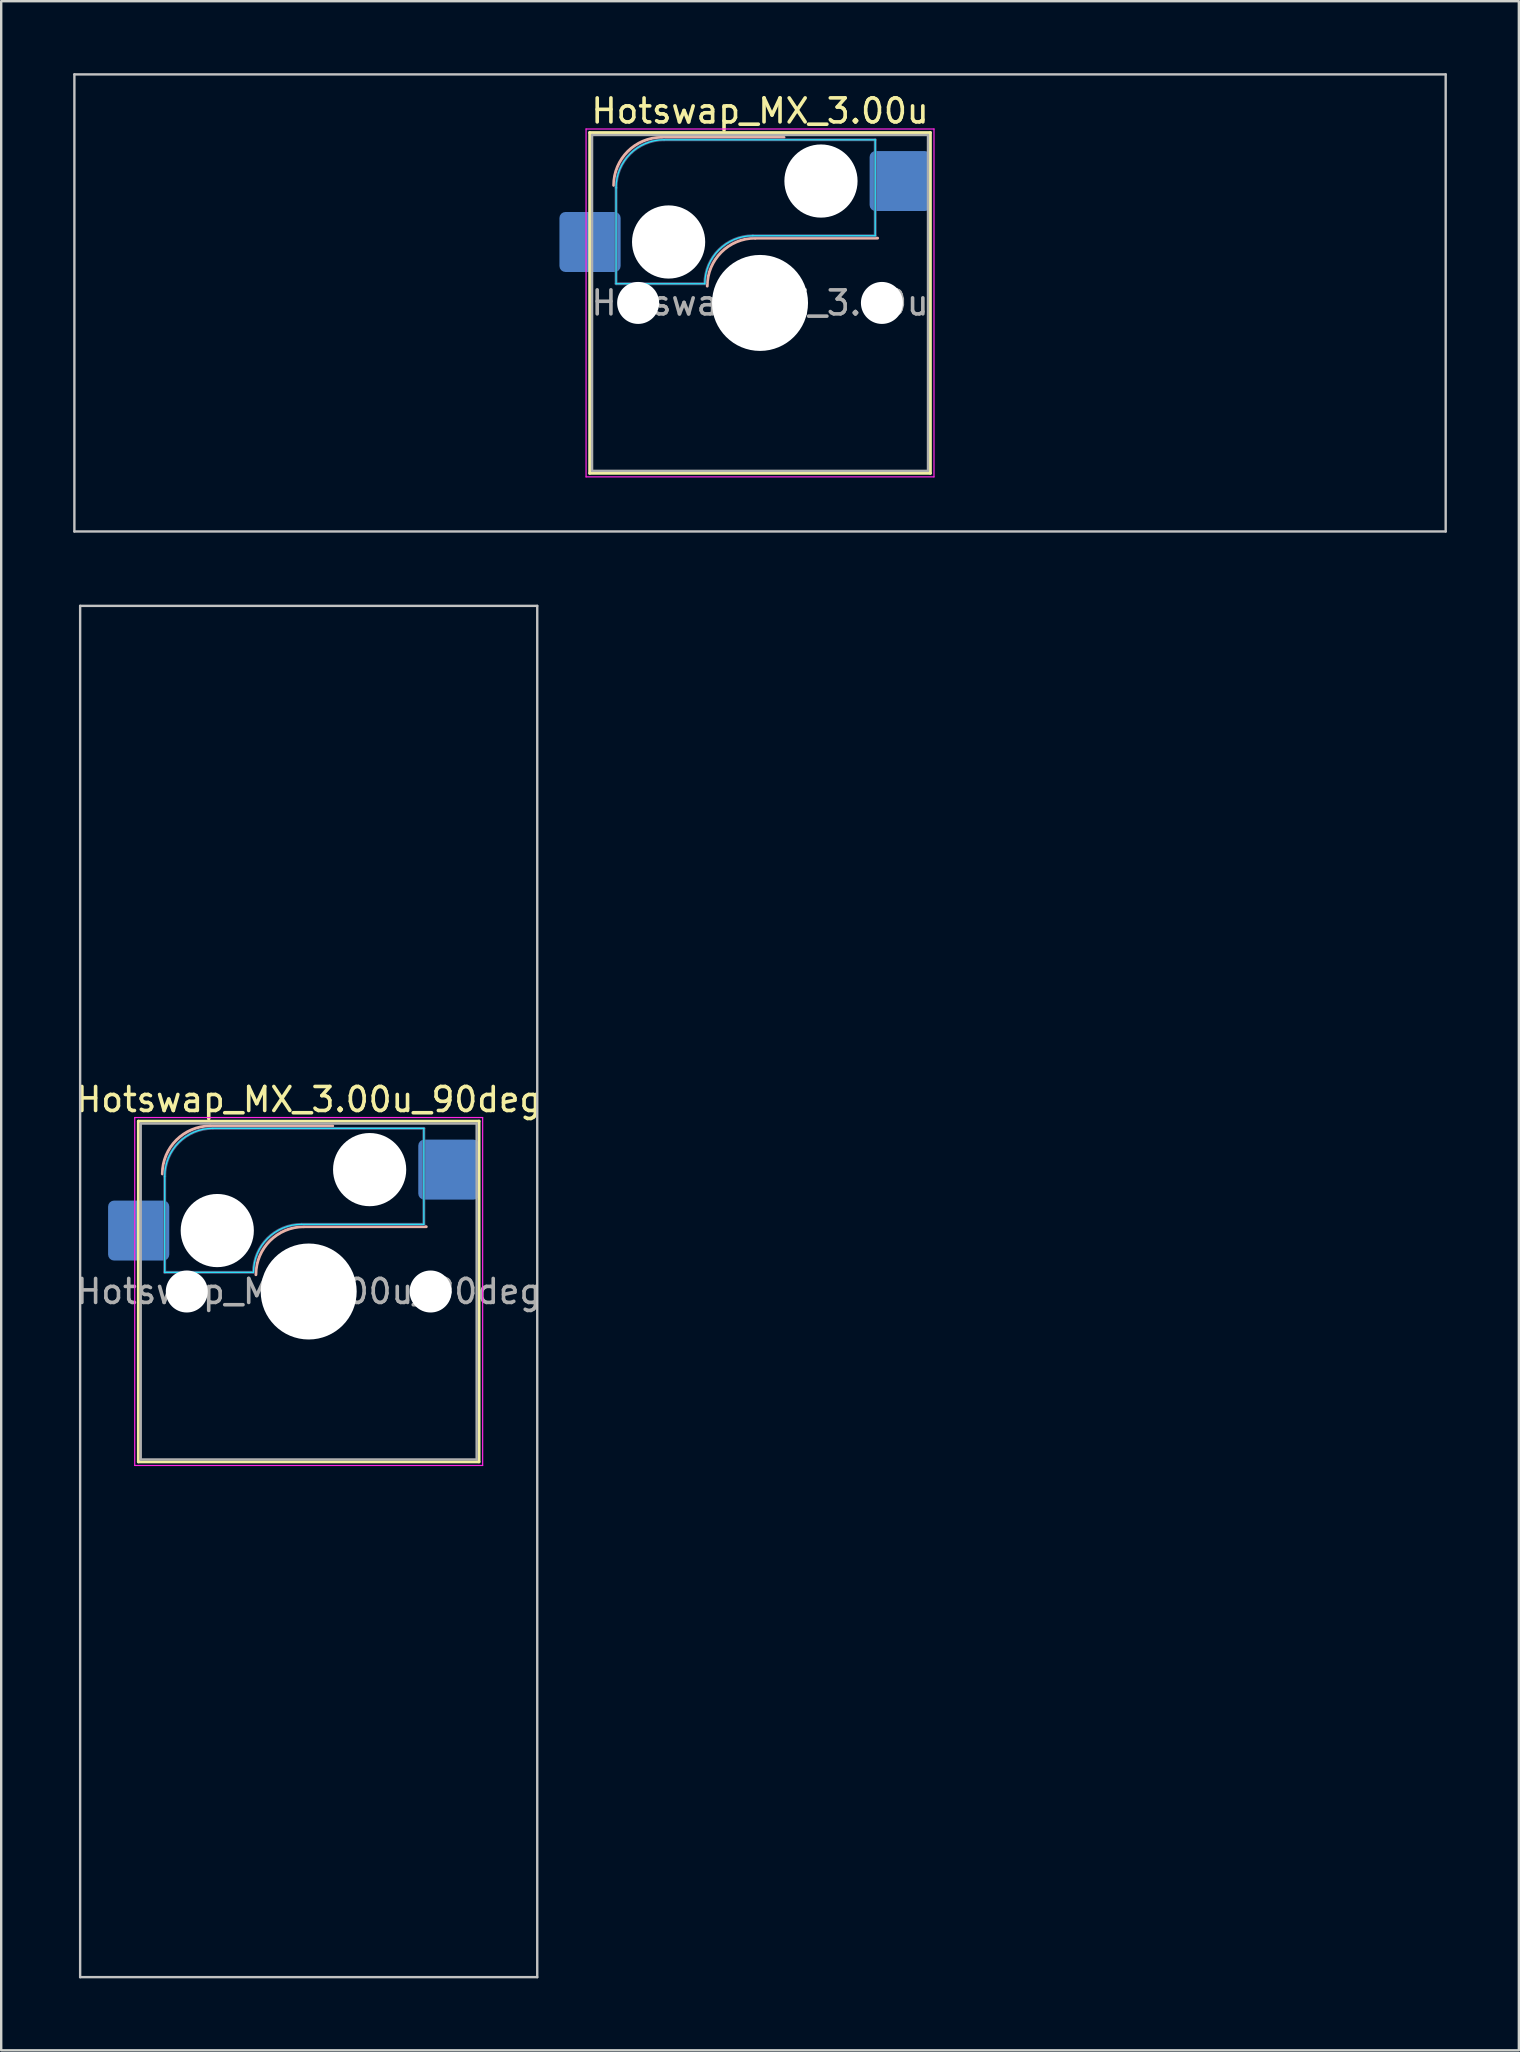
<source format=kicad_pcb>
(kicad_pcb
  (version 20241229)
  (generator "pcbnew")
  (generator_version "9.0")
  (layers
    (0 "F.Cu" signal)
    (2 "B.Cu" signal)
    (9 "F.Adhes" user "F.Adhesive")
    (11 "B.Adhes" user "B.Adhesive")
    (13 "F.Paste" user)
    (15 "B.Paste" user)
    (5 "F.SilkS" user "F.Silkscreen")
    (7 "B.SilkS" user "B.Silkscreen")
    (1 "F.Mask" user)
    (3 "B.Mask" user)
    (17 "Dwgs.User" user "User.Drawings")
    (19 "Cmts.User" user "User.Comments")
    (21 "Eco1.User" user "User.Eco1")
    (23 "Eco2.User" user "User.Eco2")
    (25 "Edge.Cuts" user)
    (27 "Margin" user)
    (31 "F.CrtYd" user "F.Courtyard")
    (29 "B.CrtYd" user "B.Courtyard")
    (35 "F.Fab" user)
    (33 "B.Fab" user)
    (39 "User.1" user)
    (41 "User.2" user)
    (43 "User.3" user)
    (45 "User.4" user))
  (footprint "Hotswap_MX_3.00u"
    (layer "F.Cu")
    (at 28.625 9.575)
    (property "Reference" "Hotswap_MX_3.00u" (at 0 -8 0) (layer "F.SilkS") (effects (font (size 1 1) (thickness 0.15))))
    (attr smd)
    (fp_line (start -7.1 -7.1) (end -7.1 7.1) (stroke (width 0.12) (type solid)) (layer "F.SilkS"))
    (fp_line (start -7.1 7.1) (end 7.1 7.1) (stroke (width 0.12) (type solid)) (layer "F.SilkS"))
    (fp_line (start 7.1 -7.1) (end -7.1 -7.1) (stroke (width 0.12) (type solid)) (layer "F.SilkS"))
    (fp_line (start 7.1 7.1) (end 7.1 -7.1) (stroke (width 0.12) (type solid)) (layer "F.SilkS"))
    (fp_line (start -4.1 -6.9) (end 1 -6.9) (stroke (width 0.12) (type solid)) (layer "B.SilkS"))
    (fp_line (start -0.2 -2.7) (end 4.9 -2.7) (stroke (width 0.12) (type solid)) (layer "B.SilkS"))
    (fp_arc (start -6.1 -4.9) (mid -5.514214 -6.314214) (end -4.1 -6.9) (stroke (width 0.12) (type solid)) (layer "B.SilkS"))
    (fp_arc (start -2.2 -0.7) (mid -1.614214 -2.114214) (end -0.2 -2.7) (stroke (width 0.12) (type solid)) (layer "B.SilkS"))
    (fp_line (start -28.575 -9.525) (end -28.575 9.525) (stroke (width 0.1) (type solid)) (layer "Dwgs.User"))
    (fp_line (start -28.575 9.525) (end 28.575 9.525) (stroke (width 0.1) (type solid)) (layer "Dwgs.User"))
    (fp_line (start 28.575 -9.525) (end -28.575 -9.525) (stroke (width 0.1) (type solid)) (layer "Dwgs.User"))
    (fp_line (start 28.575 9.525) (end 28.575 -9.525) (stroke (width 0.1) (type solid)) (layer "Dwgs.User"))
    (fp_line (start -7.8 -6) (end -7 -6) (stroke (width 0.1) (type solid)) (layer "Eco1.User"))
    (fp_line (start -7.8 -2.9) (end -7.8 -6) (stroke (width 0.1) (type solid)) (layer "Eco1.User"))
    (fp_line (start -7.8 2.9) (end -7 2.9) (stroke (width 0.1) (type solid)) (layer "Eco1.User"))
    (fp_line (start -7.8 6) (end -7.8 2.9) (stroke (width 0.1) (type solid)) (layer "Eco1.User"))
    (fp_line (start -7 -7) (end 7 -7) (stroke (width 0.1) (type solid)) (layer "Eco1.User"))
    (fp_line (start -7 -6) (end -7 -7) (stroke (width 0.1) (type solid)) (layer "Eco1.User"))
    (fp_line (start -7 -2.9) (end -7.8 -2.9) (stroke (width 0.1) (type solid)) (layer "Eco1.User"))
    (fp_line (start -7 2.9) (end -7 -2.9) (stroke (width 0.1) (type solid)) (layer "Eco1.User"))
    (fp_line (start -7 6) (end -7.8 6) (stroke (width 0.1) (type solid)) (layer "Eco1.User"))
    (fp_line (start -7 7) (end -7 6) (stroke (width 0.1) (type solid)) (layer "Eco1.User"))
    (fp_line (start 7 -7) (end 7 -6) (stroke (width 0.1) (type solid)) (layer "Eco1.User"))
    (fp_line (start 7 -6) (end 7.8 -6) (stroke (width 0.1) (type solid)) (layer "Eco1.User"))
    (fp_line (start 7 -2.9) (end 7 2.9) (stroke (width 0.1) (type solid)) (layer "Eco1.User"))
    (fp_line (start 7 2.9) (end 7.8 2.9) (stroke (width 0.1) (type solid)) (layer "Eco1.User"))
    (fp_line (start 7 6) (end 7 7) (stroke (width 0.1) (type solid)) (layer "Eco1.User"))
    (fp_line (start 7 7) (end -7 7) (stroke (width 0.1) (type solid)) (layer "Eco1.User"))
    (fp_line (start 7.8 -6) (end 7.8 -2.9) (stroke (width 0.1) (type solid)) (layer "Eco1.User"))
    (fp_line (start 7.8 -2.9) (end 7 -2.9) (stroke (width 0.1) (type solid)) (layer "Eco1.User"))
    (fp_line (start 7.8 2.9) (end 7.8 6) (stroke (width 0.1) (type solid)) (layer "Eco1.User"))
    (fp_line (start 7.8 6) (end 7 6) (stroke (width 0.1) (type solid)) (layer "Eco1.User"))
    (fp_line (start -6 -0.8) (end -6 -4.8) (stroke (width 0.05) (type solid)) (layer "B.CrtYd"))
    (fp_line (start -6 -0.8) (end -2.3 -0.8) (stroke (width 0.05) (type solid)) (layer "B.CrtYd"))
    (fp_line (start -4 -6.8) (end 4.8 -6.8) (stroke (width 0.05) (type solid)) (layer "B.CrtYd"))
    (fp_line (start -0.3 -2.8) (end 4.8 -2.8) (stroke (width 0.05) (type solid)) (layer "B.CrtYd"))
    (fp_line (start 4.8 -6.8) (end 4.8 -2.8) (stroke (width 0.05) (type solid)) (layer "B.CrtYd"))
    (fp_arc (start -6 -4.8) (mid -5.414214 -6.214214) (end -4 -6.8) (stroke (width 0.05) (type solid)) (layer "B.CrtYd"))
    (fp_arc (start -2.3 -0.8) (mid -1.714214 -2.214214) (end -0.3 -2.8) (stroke (width 0.05) (type solid)) (layer "B.CrtYd"))
    (fp_line (start -7.25 -7.25) (end -7.25 7.25) (stroke (width 0.05) (type solid)) (layer "F.CrtYd"))
    (fp_line (start -7.25 7.25) (end 7.25 7.25) (stroke (width 0.05) (type solid)) (layer "F.CrtYd"))
    (fp_line (start 7.25 -7.25) (end -7.25 -7.25) (stroke (width 0.05) (type solid)) (layer "F.CrtYd"))
    (fp_line (start 7.25 7.25) (end 7.25 -7.25) (stroke (width 0.05) (type solid)) (layer "F.CrtYd"))
    (fp_line (start -6 -0.8) (end -6 -4.8) (stroke (width 0.12) (type solid)) (layer "B.Fab"))
    (fp_line (start -6 -0.8) (end -2.3 -0.8) (stroke (width 0.12) (type solid)) (layer "B.Fab"))
    (fp_line (start -4 -6.8) (end 4.8 -6.8) (stroke (width 0.12) (type solid)) (layer "B.Fab"))
    (fp_line (start -0.3 -2.8) (end 4.8 -2.8) (stroke (width 0.12) (type solid)) (layer "B.Fab"))
    (fp_line (start 4.8 -6.8) (end 4.8 -2.8) (stroke (width 0.12) (type solid)) (layer "B.Fab"))
    (fp_arc (start -6 -4.8) (mid -5.414214 -6.214214) (end -4 -6.8) (stroke (width 0.12) (type solid)) (layer "B.Fab"))
    (fp_arc (start -2.3 -0.8) (mid -1.714214 -2.214214) (end -0.3 -2.8) (stroke (width 0.12) (type solid)) (layer "B.Fab"))
    (fp_line (start -7 -7) (end -7 7) (stroke (width 0.1) (type solid)) (layer "F.Fab"))
    (fp_line (start -7 7) (end 7 7) (stroke (width 0.1) (type solid)) (layer "F.Fab"))
    (fp_line (start 7 -7) (end -7 -7) (stroke (width 0.1) (type solid)) (layer "F.Fab"))
    (fp_line (start 7 7) (end 7 -7) (stroke (width 0.1) (type solid)) (layer "F.Fab"))
    (fp_text user "${REFERENCE}" (at 0 0 0) (layer "F.Fab") (effects (font (size 1 1) (thickness 0.15))))
    (pad "" np_thru_hole circle (at -5.08 0) (size 1.75 1.75) (drill 1.75) (layers "*.Cu" "*.Mask"))
    (pad "" np_thru_hole circle (at -3.81 -2.54) (size 3.05 3.05) (drill 3.05) (layers "*.Cu" "*.Mask"))
    (pad "" np_thru_hole circle (at 0 0) (size 4 4) (drill 4) (layers "*.Cu" "*.Mask"))
    (pad "" np_thru_hole circle (at 2.54 -5.08) (size 3.05 3.05) (drill 3.05) (layers "*.Cu" "*.Mask"))
    (pad "" np_thru_hole circle (at 5.08 0) (size 1.75 1.75) (drill 1.75) (layers "*.Cu" "*.Mask"))
    (pad "1" smd roundrect (at -7.085 -2.54) (size 2.55 2.5) (layers "B.Cu" "B.Mask" "B.Paste") (roundrect_rratio 0.1))
    (pad "2" smd roundrect (at 5.842 -5.08) (size 2.55 2.5) (layers "B.Cu" "B.Mask" "B.Paste") (roundrect_rratio 0.1)))
  (footprint "Hotswap_MX_3.00u_90deg"
    (layer "F.Cu")
    (at 9.815 50.775)
    (property "Reference" "Hotswap_MX_3.00u_90deg" (at 0 -8 0) (layer "F.SilkS") (effects (font (size 1 1) (thickness 0.15))))
    (attr smd)
    (fp_line (start -7.1 -7.1) (end -7.1 7.1) (stroke (width 0.12) (type solid)) (layer "F.SilkS"))
    (fp_line (start -7.1 7.1) (end 7.1 7.1) (stroke (width 0.12) (type solid)) (layer "F.SilkS"))
    (fp_line (start 7.1 -7.1) (end -7.1 -7.1) (stroke (width 0.12) (type solid)) (layer "F.SilkS"))
    (fp_line (start 7.1 7.1) (end 7.1 -7.1) (stroke (width 0.12) (type solid)) (layer "F.SilkS"))
    (fp_line (start -4.1 -6.9) (end 1 -6.9) (stroke (width 0.12) (type solid)) (layer "B.SilkS"))
    (fp_line (start -0.2 -2.7) (end 4.9 -2.7) (stroke (width 0.12) (type solid)) (layer "B.SilkS"))
    (fp_arc (start -6.1 -4.9) (mid -5.514214 -6.314214) (end -4.1 -6.9) (stroke (width 0.12) (type solid)) (layer "B.SilkS"))
    (fp_arc (start -2.2 -0.7) (mid -1.614214 -2.114214) (end -0.2 -2.7) (stroke (width 0.12) (type solid)) (layer "B.SilkS"))
    (fp_line (start -9.525 -28.575) (end 9.525 -28.575) (stroke (width 0.1) (type solid)) (layer "Dwgs.User"))
    (fp_line (start -9.525 28.575) (end -9.525 -28.575) (stroke (width 0.1) (type solid)) (layer "Dwgs.User"))
    (fp_line (start 9.525 -28.575) (end 9.525 28.575) (stroke (width 0.1) (type solid)) (layer "Dwgs.User"))
    (fp_line (start 9.525 28.575) (end -9.525 28.575) (stroke (width 0.1) (type solid)) (layer "Dwgs.User"))
    (fp_line (start -7.8 -6) (end -7 -6) (stroke (width 0.1) (type solid)) (layer "Eco1.User"))
    (fp_line (start -7.8 -2.9) (end -7.8 -6) (stroke (width 0.1) (type solid)) (layer "Eco1.User"))
    (fp_line (start -7.8 2.9) (end -7 2.9) (stroke (width 0.1) (type solid)) (layer "Eco1.User"))
    (fp_line (start -7.8 6) (end -7.8 2.9) (stroke (width 0.1) (type solid)) (layer "Eco1.User"))
    (fp_line (start -7 -7) (end 7 -7) (stroke (width 0.1) (type solid)) (layer "Eco1.User"))
    (fp_line (start -7 -6) (end -7 -7) (stroke (width 0.1) (type solid)) (layer "Eco1.User"))
    (fp_line (start -7 -2.9) (end -7.8 -2.9) (stroke (width 0.1) (type solid)) (layer "Eco1.User"))
    (fp_line (start -7 2.9) (end -7 -2.9) (stroke (width 0.1) (type solid)) (layer "Eco1.User"))
    (fp_line (start -7 6) (end -7.8 6) (stroke (width 0.1) (type solid)) (layer "Eco1.User"))
    (fp_line (start -7 7) (end -7 6) (stroke (width 0.1) (type solid)) (layer "Eco1.User"))
    (fp_line (start 7 -7) (end 7 -6) (stroke (width 0.1) (type solid)) (layer "Eco1.User"))
    (fp_line (start 7 -6) (end 7.8 -6) (stroke (width 0.1) (type solid)) (layer "Eco1.User"))
    (fp_line (start 7 -2.9) (end 7 2.9) (stroke (width 0.1) (type solid)) (layer "Eco1.User"))
    (fp_line (start 7 2.9) (end 7.8 2.9) (stroke (width 0.1) (type solid)) (layer "Eco1.User"))
    (fp_line (start 7 6) (end 7 7) (stroke (width 0.1) (type solid)) (layer "Eco1.User"))
    (fp_line (start 7 7) (end -7 7) (stroke (width 0.1) (type solid)) (layer "Eco1.User"))
    (fp_line (start 7.8 -6) (end 7.8 -2.9) (stroke (width 0.1) (type solid)) (layer "Eco1.User"))
    (fp_line (start 7.8 -2.9) (end 7 -2.9) (stroke (width 0.1) (type solid)) (layer "Eco1.User"))
    (fp_line (start 7.8 2.9) (end 7.8 6) (stroke (width 0.1) (type solid)) (layer "Eco1.User"))
    (fp_line (start 7.8 6) (end 7 6) (stroke (width 0.1) (type solid)) (layer "Eco1.User"))
    (fp_line (start -6 -0.8) (end -6 -4.8) (stroke (width 0.05) (type solid)) (layer "B.CrtYd"))
    (fp_line (start -6 -0.8) (end -2.3 -0.8) (stroke (width 0.05) (type solid)) (layer "B.CrtYd"))
    (fp_line (start -4 -6.8) (end 4.8 -6.8) (stroke (width 0.05) (type solid)) (layer "B.CrtYd"))
    (fp_line (start -0.3 -2.8) (end 4.8 -2.8) (stroke (width 0.05) (type solid)) (layer "B.CrtYd"))
    (fp_line (start 4.8 -6.8) (end 4.8 -2.8) (stroke (width 0.05) (type solid)) (layer "B.CrtYd"))
    (fp_arc (start -6 -4.8) (mid -5.414214 -6.214214) (end -4 -6.8) (stroke (width 0.05) (type solid)) (layer "B.CrtYd"))
    (fp_arc (start -2.3 -0.8) (mid -1.714214 -2.214214) (end -0.3 -2.8) (stroke (width 0.05) (type solid)) (layer "B.CrtYd"))
    (fp_line (start -7.25 -7.25) (end -7.25 7.25) (stroke (width 0.05) (type solid)) (layer "F.CrtYd"))
    (fp_line (start -7.25 7.25) (end 7.25 7.25) (stroke (width 0.05) (type solid)) (layer "F.CrtYd"))
    (fp_line (start 7.25 -7.25) (end -7.25 -7.25) (stroke (width 0.05) (type solid)) (layer "F.CrtYd"))
    (fp_line (start 7.25 7.25) (end 7.25 -7.25) (stroke (width 0.05) (type solid)) (layer "F.CrtYd"))
    (fp_line (start -6 -0.8) (end -6 -4.8) (stroke (width 0.12) (type solid)) (layer "B.Fab"))
    (fp_line (start -6 -0.8) (end -2.3 -0.8) (stroke (width 0.12) (type solid)) (layer "B.Fab"))
    (fp_line (start -4 -6.8) (end 4.8 -6.8) (stroke (width 0.12) (type solid)) (layer "B.Fab"))
    (fp_line (start -0.3 -2.8) (end 4.8 -2.8) (stroke (width 0.12) (type solid)) (layer "B.Fab"))
    (fp_line (start 4.8 -6.8) (end 4.8 -2.8) (stroke (width 0.12) (type solid)) (layer "B.Fab"))
    (fp_arc (start -6 -4.8) (mid -5.414214 -6.214214) (end -4 -6.8) (stroke (width 0.12) (type solid)) (layer "B.Fab"))
    (fp_arc (start -2.3 -0.8) (mid -1.714214 -2.214214) (end -0.3 -2.8) (stroke (width 0.12) (type solid)) (layer "B.Fab"))
    (fp_line (start -7 -7) (end -7 7) (stroke (width 0.1) (type solid)) (layer "F.Fab"))
    (fp_line (start -7 7) (end 7 7) (stroke (width 0.1) (type solid)) (layer "F.Fab"))
    (fp_line (start 7 -7) (end -7 -7) (stroke (width 0.1) (type solid)) (layer "F.Fab"))
    (fp_line (start 7 7) (end 7 -7) (stroke (width 0.1) (type solid)) (layer "F.Fab"))
    (fp_text user "${REFERENCE}" (at 0 0 0) (layer "F.Fab") (effects (font (size 1 1) (thickness 0.15))))
    (pad "" np_thru_hole circle (at -5.08 0) (size 1.75 1.75) (drill 1.75) (layers "*.Cu" "*.Mask"))
    (pad "" np_thru_hole circle (at -3.81 -2.54) (size 3.05 3.05) (drill 3.05) (layers "*.Cu" "*.Mask"))
    (pad "" np_thru_hole circle (at 0 0) (size 4 4) (drill 4) (layers "*.Cu" "*.Mask"))
    (pad "" np_thru_hole circle (at 2.54 -5.08) (size 3.05 3.05) (drill 3.05) (layers "*.Cu" "*.Mask"))
    (pad "" np_thru_hole circle (at 5.08 0) (size 1.75 1.75) (drill 1.75) (layers "*.Cu" "*.Mask"))
    (pad "1" smd roundrect (at -7.085 -2.54) (size 2.55 2.5) (layers "B.Cu" "B.Mask" "B.Paste") (roundrect_rratio 0.1))
    (pad "2" smd roundrect (at 5.842 -5.08) (size 2.55 2.5) (layers "B.Cu" "B.Mask" "B.Paste") (roundrect_rratio 0.1)))
  (gr_rect
    (start -3 -3)
    (end 60.25 82.4)
    (stroke (width 0.1) (type default))
    (fill no)
    (layer "Edge.Cuts")))
</source>
